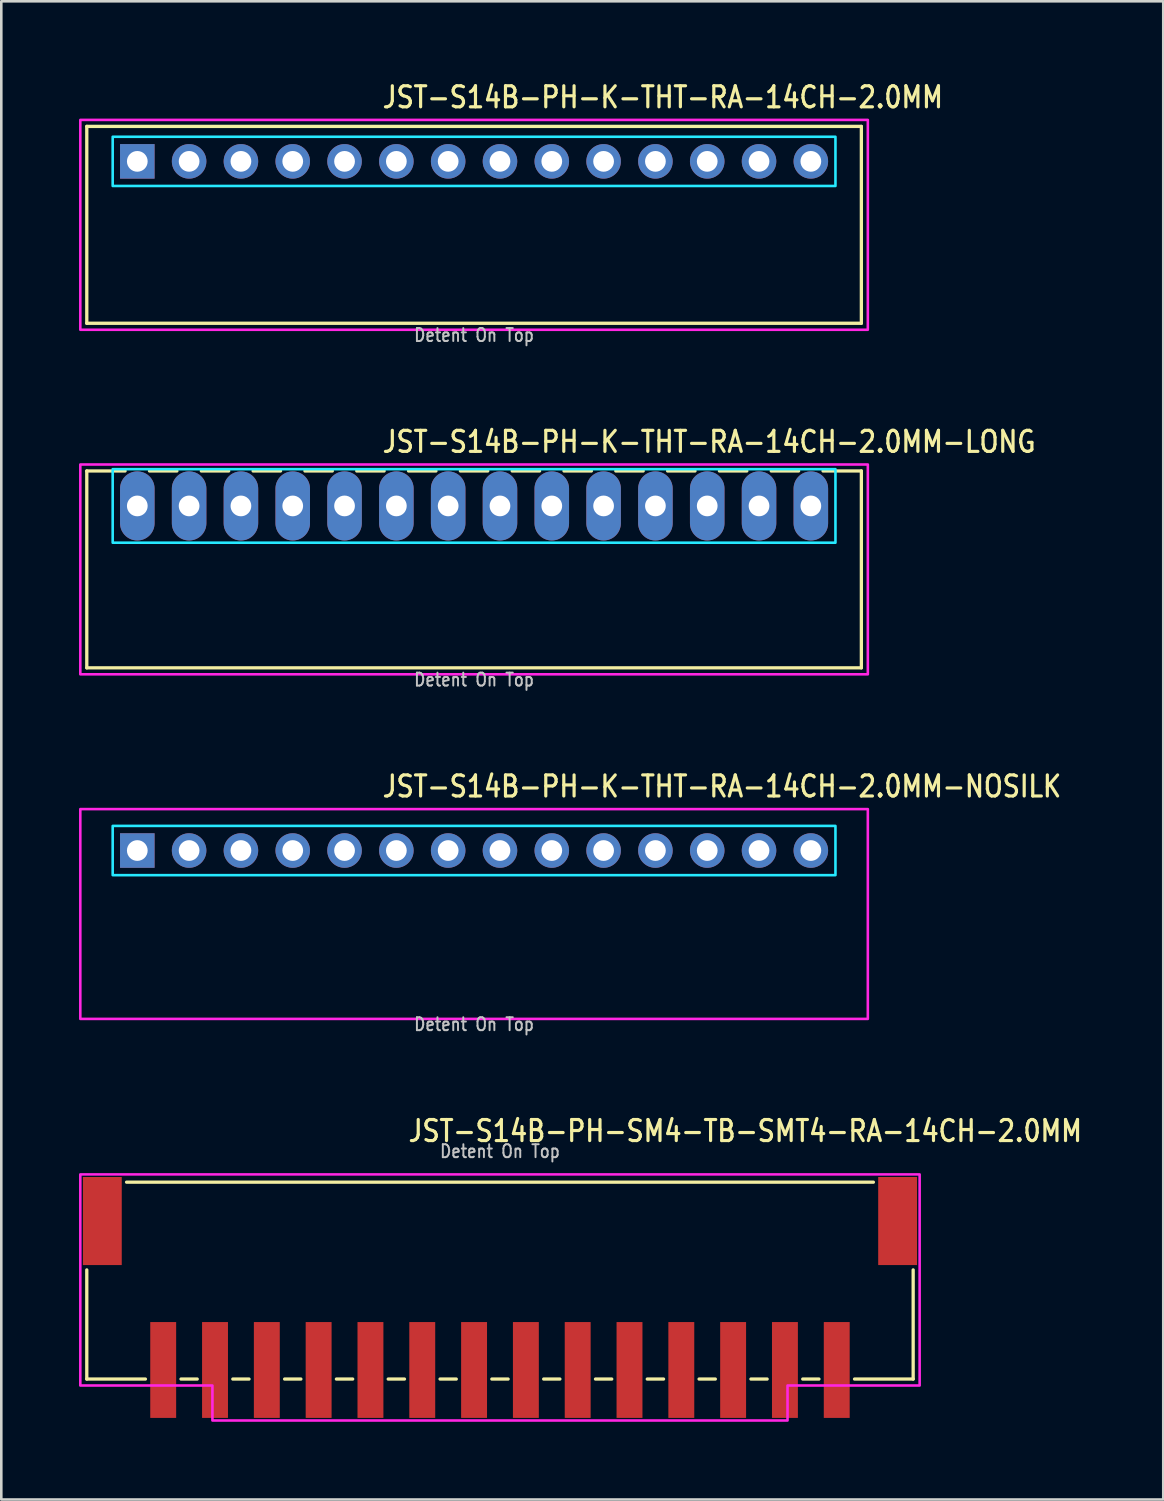
<source format=kicad_pcb>
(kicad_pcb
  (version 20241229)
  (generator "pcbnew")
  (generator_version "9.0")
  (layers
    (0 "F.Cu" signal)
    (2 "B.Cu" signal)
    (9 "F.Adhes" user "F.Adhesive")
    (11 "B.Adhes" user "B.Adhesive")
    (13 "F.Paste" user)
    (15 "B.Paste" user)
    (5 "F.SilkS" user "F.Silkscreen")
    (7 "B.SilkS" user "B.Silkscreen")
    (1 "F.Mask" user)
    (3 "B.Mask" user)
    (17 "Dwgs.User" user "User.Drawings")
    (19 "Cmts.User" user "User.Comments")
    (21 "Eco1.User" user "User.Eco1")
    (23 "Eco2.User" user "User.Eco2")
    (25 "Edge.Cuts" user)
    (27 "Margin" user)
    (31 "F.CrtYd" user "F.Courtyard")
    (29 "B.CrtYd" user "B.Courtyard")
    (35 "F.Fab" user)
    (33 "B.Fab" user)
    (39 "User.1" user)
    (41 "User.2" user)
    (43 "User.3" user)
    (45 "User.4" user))
  (footprint "JST-S14B-PH-K-THT-RA-14CH-2.0MM-NOSILK"
    (layer "F.Cu")
    (at 15.25 29.782)
    (property "Reference" "JST-S14B-PH-K-THT-RA-14CH-2.0MM-NOSILK" (at -3.6 -2 0) (unlocked yes) (layer "F.SilkS") (effects (font (size 0.813 0.695) (thickness 0.122)) (justify left bottom)))
    (fp_poly (pts (xy -13.95 -0.95) (xy -13.95 0.95) (xy 13.95 0.95) (xy 13.95 -0.95)) (stroke (width 0.1) (type solid)) (fill no) (layer "B.CrtYd"))
    (fp_poly (pts (xy -15.2 -1.6) (xy -15.2 6.5) (xy 15.2 6.5) (xy 15.2 -1.6)) (stroke (width 0.1) (type solid)) (fill no) (layer "F.CrtYd"))
    (fp_text user "Detent On Top" (at 0 7 0) (unlocked yes) (layer "Dwgs.User") (effects (font (size 0.5 0.427) (thickness 0.075)) (justify bottom)))
    (pad "1" thru_hole rect (at -13 0) (size 1.333 1.333) (drill 0.8) (layers "*.Cu" "*.Mask"))
    (pad "2" thru_hole oval (at -11 0) (size 1.333 1.333) (drill 0.8) (layers "*.Cu" "*.Mask"))
    (pad "3" thru_hole oval (at -9 0) (size 1.333 1.333) (drill 0.8) (layers "*.Cu" "*.Mask"))
    (pad "4" thru_hole oval (at -7 0) (size 1.333 1.333) (drill 0.8) (layers "*.Cu" "*.Mask"))
    (pad "5" thru_hole oval (at -5 0) (size 1.333 1.333) (drill 0.8) (layers "*.Cu" "*.Mask"))
    (pad "6" thru_hole oval (at -3 0) (size 1.333 1.333) (drill 0.8) (layers "*.Cu" "*.Mask"))
    (pad "7" thru_hole oval (at -1 0) (size 1.333 1.333) (drill 0.8) (layers "*.Cu" "*.Mask"))
    (pad "8" thru_hole oval (at 1 0) (size 1.333 1.333) (drill 0.8) (layers "*.Cu" "*.Mask"))
    (pad "9" thru_hole oval (at 3 0) (size 1.333 1.333) (drill 0.8) (layers "*.Cu" "*.Mask"))
    (pad "10" thru_hole oval (at 5 0) (size 1.333 1.333) (drill 0.8) (layers "*.Cu" "*.Mask"))
    (pad "11" thru_hole oval (at 7 0) (size 1.333 1.333) (drill 0.8) (layers "*.Cu" "*.Mask"))
    (pad "12" thru_hole oval (at 9 0) (size 1.333 1.333) (drill 0.8) (layers "*.Cu" "*.Mask"))
    (pad "13" thru_hole oval (at 11 0) (size 1.333 1.333) (drill 0.8) (layers "*.Cu" "*.Mask"))
    (pad "14" thru_hole oval (at 13 0) (size 1.333 1.333) (drill 0.8) (layers "*.Cu" "*.Mask")))
  (footprint "JST-S14B-PH-K-THT-RA-14CH-2.0MM"
    (layer "F.Cu")
    (at 15.25 3.179)
    (property "Reference" "JST-S14B-PH-K-THT-RA-14CH-2.0MM" (at -3.6 -2 0) (unlocked yes) (layer "F.SilkS") (effects (font (size 0.813 0.695) (thickness 0.122)) (justify left bottom)))
    (fp_line (start -14.95 -1.35) (end 14.95 -1.35) (stroke (width 0.127) (type solid)) (layer "F.SilkS"))
    (fp_line (start -14.95 6.25) (end -14.95 -1.35) (stroke (width 0.127) (type solid)) (layer "F.SilkS"))
    (fp_line (start -14.95 6.25) (end 14.95 6.25) (stroke (width 0.127) (type solid)) (layer "F.SilkS"))
    (fp_line (start 14.95 -1.35) (end 14.95 6.25) (stroke (width 0.127) (type solid)) (layer "F.SilkS"))
    (fp_poly (pts (xy -13.95 -0.95) (xy -13.95 0.95) (xy 13.95 0.95) (xy 13.95 -0.95)) (stroke (width 0.1) (type solid)) (fill no) (layer "B.CrtYd"))
    (fp_poly (pts (xy -15.2 -1.6) (xy -15.2 6.5) (xy 15.2 6.5) (xy 15.2 -1.6)) (stroke (width 0.1) (type solid)) (fill no) (layer "F.CrtYd"))
    (fp_text user "Detent On Top" (at 0 7 0) (unlocked yes) (layer "Dwgs.User") (effects (font (size 0.5 0.427) (thickness 0.075)) (justify bottom)))
    (pad "1" thru_hole rect (at -13 0) (size 1.333 1.333) (drill 0.8) (layers "*.Cu" "*.Mask"))
    (pad "2" thru_hole oval (at -11 0) (size 1.333 1.333) (drill 0.8) (layers "*.Cu" "*.Mask"))
    (pad "3" thru_hole oval (at -9 0) (size 1.333 1.333) (drill 0.8) (layers "*.Cu" "*.Mask"))
    (pad "4" thru_hole oval (at -7 0) (size 1.333 1.333) (drill 0.8) (layers "*.Cu" "*.Mask"))
    (pad "5" thru_hole oval (at -5 0) (size 1.333 1.333) (drill 0.8) (layers "*.Cu" "*.Mask"))
    (pad "6" thru_hole oval (at -3 0) (size 1.333 1.333) (drill 0.8) (layers "*.Cu" "*.Mask"))
    (pad "7" thru_hole oval (at -1 0) (size 1.333 1.333) (drill 0.8) (layers "*.Cu" "*.Mask"))
    (pad "8" thru_hole oval (at 1 0) (size 1.333 1.333) (drill 0.8) (layers "*.Cu" "*.Mask"))
    (pad "9" thru_hole oval (at 3 0) (size 1.333 1.333) (drill 0.8) (layers "*.Cu" "*.Mask"))
    (pad "10" thru_hole oval (at 5 0) (size 1.333 1.333) (drill 0.8) (layers "*.Cu" "*.Mask"))
    (pad "11" thru_hole oval (at 7 0) (size 1.333 1.333) (drill 0.8) (layers "*.Cu" "*.Mask"))
    (pad "12" thru_hole oval (at 9 0) (size 1.333 1.333) (drill 0.8) (layers "*.Cu" "*.Mask"))
    (pad "13" thru_hole oval (at 11 0) (size 1.333 1.333) (drill 0.8) (layers "*.Cu" "*.Mask"))
    (pad "14" thru_hole oval (at 13 0) (size 1.333 1.333) (drill 0.8) (layers "*.Cu" "*.Mask")))
  (footprint "JST-S14B-PH-SM4-TB-SMT4-RA-14CH-2.0MM"
    (layer "F.Cu")
    (at 16.25 44.084)
    (property "Reference" "JST-S14B-PH-SM4-TB-SMT4-RA-14CH-2.0MM" (at -3.6 -3 0) (unlocked yes) (layer "F.SilkS") (effects (font (size 0.813 0.695) (thickness 0.122)) (justify left bottom)))
    (fp_line (start -15.95 6.1) (end -15.95 1.887) (stroke (width 0.127) (type solid)) (layer "F.SilkS"))
    (fp_line (start -15.95 6.1) (end -13.687 6.1) (stroke (width 0.127) (type solid)) (layer "F.SilkS"))
    (fp_line (start -14.414 -1.5) (end 14.414 -1.5) (stroke (width 0.127) (type solid)) (layer "F.SilkS"))
    (fp_line (start -12.313 6.1) (end -11.687 6.1) (stroke (width 0.127) (type solid)) (layer "F.SilkS"))
    (fp_line (start -10.313 6.1) (end -9.687 6.1) (stroke (width 0.127) (type solid)) (layer "F.SilkS"))
    (fp_line (start -8.313 6.1) (end -7.686 6.1) (stroke (width 0.127) (type solid)) (layer "F.SilkS"))
    (fp_line (start -6.314 6.1) (end -5.686 6.1) (stroke (width 0.127) (type solid)) (layer "F.SilkS"))
    (fp_line (start -4.314 6.1) (end -3.687 6.1) (stroke (width 0.127) (type solid)) (layer "F.SilkS"))
    (fp_line (start -2.313 6.1) (end -1.687 6.1) (stroke (width 0.127) (type solid)) (layer "F.SilkS"))
    (fp_line (start -0.314 6.1) (end 0.314 6.1) (stroke (width 0.127) (type solid)) (layer "F.SilkS"))
    (fp_line (start 1.687 6.1) (end 2.313 6.1) (stroke (width 0.127) (type solid)) (layer "F.SilkS"))
    (fp_line (start 3.687 6.1) (end 4.314 6.1) (stroke (width 0.127) (type solid)) (layer "F.SilkS"))
    (fp_line (start 5.686 6.1) (end 6.314 6.1) (stroke (width 0.127) (type solid)) (layer "F.SilkS"))
    (fp_line (start 7.686 6.1) (end 8.313 6.1) (stroke (width 0.127) (type solid)) (layer "F.SilkS"))
    (fp_line (start 9.687 6.1) (end 10.313 6.1) (stroke (width 0.127) (type solid)) (layer "F.SilkS"))
    (fp_line (start 11.687 6.1) (end 12.313 6.1) (stroke (width 0.127) (type solid)) (layer "F.SilkS"))
    (fp_line (start 13.687 6.1) (end 15.95 6.1) (stroke (width 0.127) (type solid)) (layer "F.SilkS"))
    (fp_line (start 15.95 1.887) (end 15.95 6.1) (stroke (width 0.127) (type solid)) (layer "F.SilkS"))
    (fp_poly (pts (xy -16.2 -1.8) (xy -16.2 6.35) (xy -11.1 6.35) (xy -11.1 7.7) (xy 11.1 7.7) (xy 11.1 6.35) (xy 16.2 6.35) (xy 16.2 -1.8)) (stroke (width 0.1) (type solid)) (fill no) (layer "F.CrtYd"))
    (fp_text user "Detent On Top" (at 0 -2.4 0) (unlocked yes) (layer "Dwgs.User") (effects (font (size 0.5 0.427) (thickness 0.075)) (justify bottom)))
    (pad "1" smd rect (at 13 5.75) (size 1 3.7) (layers "F.Cu" "F.Mask" "F.Paste"))
    (pad "2" smd rect (at 11 5.75) (size 1 3.7) (layers "F.Cu" "F.Mask" "F.Paste"))
    (pad "3" smd rect (at 9 5.75) (size 1 3.7) (layers "F.Cu" "F.Mask" "F.Paste"))
    (pad "4" smd rect (at 7 5.75) (size 1 3.7) (layers "F.Cu" "F.Mask" "F.Paste"))
    (pad "5" smd rect (at 5 5.75) (size 1 3.7) (layers "F.Cu" "F.Mask" "F.Paste"))
    (pad "6" smd rect (at 3 5.75) (size 1 3.7) (layers "F.Cu" "F.Mask" "F.Paste"))
    (pad "7" smd rect (at 1 5.75) (size 1 3.7) (layers "F.Cu" "F.Mask" "F.Paste"))
    (pad "8" smd rect (at -1 5.75) (size 1 3.7) (layers "F.Cu" "F.Mask" "F.Paste"))
    (pad "9" smd rect (at -3 5.75) (size 1 3.7) (layers "F.Cu" "F.Mask" "F.Paste"))
    (pad "10" smd rect (at -5 5.75) (size 1 3.7) (layers "F.Cu" "F.Mask" "F.Paste"))
    (pad "11" smd rect (at -7 5.75) (size 1 3.7) (layers "F.Cu" "F.Mask" "F.Paste"))
    (pad "12" smd rect (at -9 5.75) (size 1 3.7) (layers "F.Cu" "F.Mask" "F.Paste"))
    (pad "13" smd rect (at -11 5.75) (size 1 3.7) (layers "F.Cu" "F.Mask" "F.Paste"))
    (pad "14" smd rect (at -13 5.75) (size 1 3.7) (layers "F.Cu" "F.Mask" "F.Paste"))
    (pad "S_1" smd rect (at -15.35 0) (size 1.5 3.4) (layers "F.Cu" "F.Mask" "F.Paste"))
    (pad "S_2" smd rect (at 15.35 0) (size 1.5 3.4) (layers "F.Cu" "F.Mask" "F.Paste")))
  (footprint "JST-S14B-PH-K-THT-RA-14CH-2.0MM-LONG"
    (layer "F.Cu")
    (at 15.25 16.48)
    (property "Reference" "JST-S14B-PH-K-THT-RA-14CH-2.0MM-LONG" (at -3.6 -2 0) (unlocked yes) (layer "F.SilkS") (effects (font (size 0.813 0.695) (thickness 0.122)) (justify left bottom)))
    (fp_line (start -14.95 -1.35) (end -13.471 -1.35) (stroke (width 0.127) (type solid)) (layer "F.SilkS"))
    (fp_line (start -14.95 6.25) (end -14.95 -1.35) (stroke (width 0.127) (type solid)) (layer "F.SilkS"))
    (fp_line (start -14.95 6.25) (end 14.95 6.25) (stroke (width 0.127) (type solid)) (layer "F.SilkS"))
    (fp_line (start -12.529 -1.35) (end -11.471 -1.35) (stroke (width 0.127) (type solid)) (layer "F.SilkS"))
    (fp_line (start -10.529 -1.35) (end -9.471 -1.35) (stroke (width 0.127) (type solid)) (layer "F.SilkS"))
    (fp_line (start -8.529 -1.35) (end -7.471 -1.35) (stroke (width 0.127) (type solid)) (layer "F.SilkS"))
    (fp_line (start -6.529 -1.35) (end -5.471 -1.35) (stroke (width 0.127) (type solid)) (layer "F.SilkS"))
    (fp_line (start -4.529 -1.35) (end -3.471 -1.35) (stroke (width 0.127) (type solid)) (layer "F.SilkS"))
    (fp_line (start -2.529 -1.35) (end -1.471 -1.35) (stroke (width 0.127) (type solid)) (layer "F.SilkS"))
    (fp_line (start -0.529 -1.35) (end 0.529 -1.35) (stroke (width 0.127) (type solid)) (layer "F.SilkS"))
    (fp_line (start 1.471 -1.35) (end 2.529 -1.35) (stroke (width 0.127) (type solid)) (layer "F.SilkS"))
    (fp_line (start 3.471 -1.35) (end 4.529 -1.35) (stroke (width 0.127) (type solid)) (layer "F.SilkS"))
    (fp_line (start 5.471 -1.35) (end 6.529 -1.35) (stroke (width 0.127) (type solid)) (layer "F.SilkS"))
    (fp_line (start 7.471 -1.35) (end 8.529 -1.35) (stroke (width 0.127) (type solid)) (layer "F.SilkS"))
    (fp_line (start 9.471 -1.35) (end 10.529 -1.35) (stroke (width 0.127) (type solid)) (layer "F.SilkS"))
    (fp_line (start 11.471 -1.35) (end 12.529 -1.35) (stroke (width 0.127) (type solid)) (layer "F.SilkS"))
    (fp_line (start 13.471 -1.35) (end 14.95 -1.35) (stroke (width 0.127) (type solid)) (layer "F.SilkS"))
    (fp_line (start 14.95 -1.35) (end 14.95 6.25) (stroke (width 0.127) (type solid)) (layer "F.SilkS"))
    (fp_poly (pts (xy -13.95 -1.42) (xy -13.95 1.42) (xy 13.95 1.42) (xy 13.95 -1.42)) (stroke (width 0.1) (type solid)) (fill no) (layer "B.CrtYd"))
    (fp_poly (pts (xy -15.2 -1.6) (xy -15.2 6.5) (xy 15.2 6.5) (xy 15.2 -1.6)) (stroke (width 0.1) (type solid)) (fill no) (layer "F.CrtYd"))
    (fp_text user "Detent On Top" (at 0 7 0) (unlocked yes) (layer "Dwgs.User") (effects (font (size 0.5 0.427) (thickness 0.075)) (justify bottom)))
    (pad "1" thru_hole oval (at -13 0 90) (size 2.667 1.333) (drill 0.8) (layers "*.Cu" "*.Mask"))
    (pad "2" thru_hole oval (at -11 0 90) (size 2.667 1.333) (drill 0.8) (layers "*.Cu" "*.Mask"))
    (pad "3" thru_hole oval (at -9 0 90) (size 2.667 1.333) (drill 0.8) (layers "*.Cu" "*.Mask"))
    (pad "4" thru_hole oval (at -7 0 90) (size 2.667 1.333) (drill 0.8) (layers "*.Cu" "*.Mask"))
    (pad "5" thru_hole oval (at -5 0 90) (size 2.667 1.333) (drill 0.8) (layers "*.Cu" "*.Mask"))
    (pad "6" thru_hole oval (at -3 0 90) (size 2.667 1.333) (drill 0.8) (layers "*.Cu" "*.Mask"))
    (pad "7" thru_hole oval (at -1 0 90) (size 2.667 1.333) (drill 0.8) (layers "*.Cu" "*.Mask"))
    (pad "8" thru_hole oval (at 1 0 90) (size 2.667 1.333) (drill 0.8) (layers "*.Cu" "*.Mask"))
    (pad "9" thru_hole oval (at 3 0 90) (size 2.667 1.333) (drill 0.8) (layers "*.Cu" "*.Mask"))
    (pad "10" thru_hole oval (at 5 0 90) (size 2.667 1.333) (drill 0.8) (layers "*.Cu" "*.Mask"))
    (pad "11" thru_hole oval (at 7 0 90) (size 2.667 1.333) (drill 0.8) (layers "*.Cu" "*.Mask"))
    (pad "12" thru_hole oval (at 9 0 90) (size 2.667 1.333) (drill 0.8) (layers "*.Cu" "*.Mask"))
    (pad "13" thru_hole oval (at 11 0 90) (size 2.667 1.333) (drill 0.8) (layers "*.Cu" "*.Mask"))
    (pad "14" thru_hole oval (at 13 0 90) (size 2.667 1.333) (drill 0.8) (layers "*.Cu" "*.Mask")))
  (gr_rect
    (start -3 -3)
    (end 41.854 54.834)
    (stroke (width 0.1) (type default))
    (fill no)
    (layer "Edge.Cuts")))
</source>
